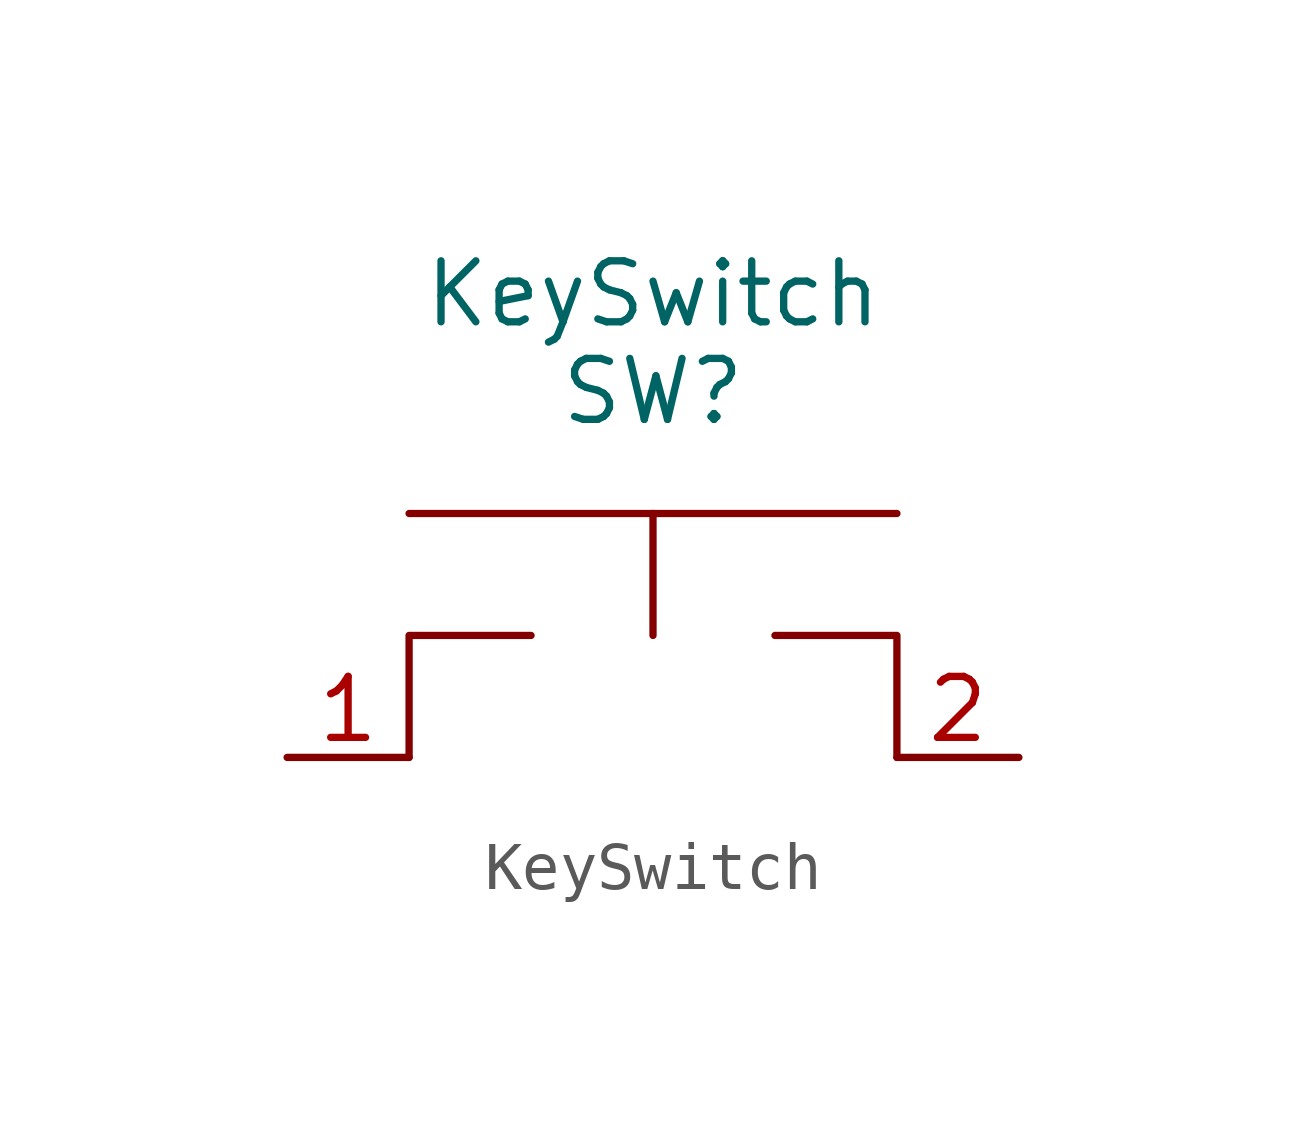
<source format=kicad_sym>
(kicad_symbol_lib
  (version 20220914)
  (generator kicad_symbol_editor)
  (symbol "KeySwitch"
    (property "Reference" "SW"
      (at 0 0 0)
      (effects (font (size 1.27 1.27))))
    (property "Value" "KeySwitch"
      (at 0 2.032 0)
      (effects (font (size 1.27 1.27))))
    (symbol "KeySwitch_0_1"
      (polyline (pts (xy -5.08 -2.54) (xy 5.08 -2.54)) (stroke (width 0.152) (type default)) (fill (type none)))
      (polyline (pts (xy 0 -2.54) (xy 0 -5.08)) (stroke (width 0.152) (type default)) (fill (type none)))
      (polyline (pts (xy -5.08 -7.62) (xy -5.08 -5.08) (xy -2.54 -5.08)) (stroke (width 0.152) (type default)) (fill (type none)))
      (polyline (pts (xy 2.54 -5.08) (xy 5.08 -5.08) (xy 5.08 -7.62)) (stroke (width 0.152) (type default)) (fill (type none))))
    (symbol "KeySwitch_1_1"
      (pin bidirectional line (at -7.62 -7.62 0) (length 2.54) (name "" (effects (font (size 1.27 1.27)))) (number "1" (effects (font (size 1.27 1.27)))))
      (pin bidirectional line (at 7.62 -7.62 180) (length 2.54) (name "" (effects (font (size 1.27 1.27)))) (number "2" (effects (font (size 1.27 1.27))))))))
</source>
